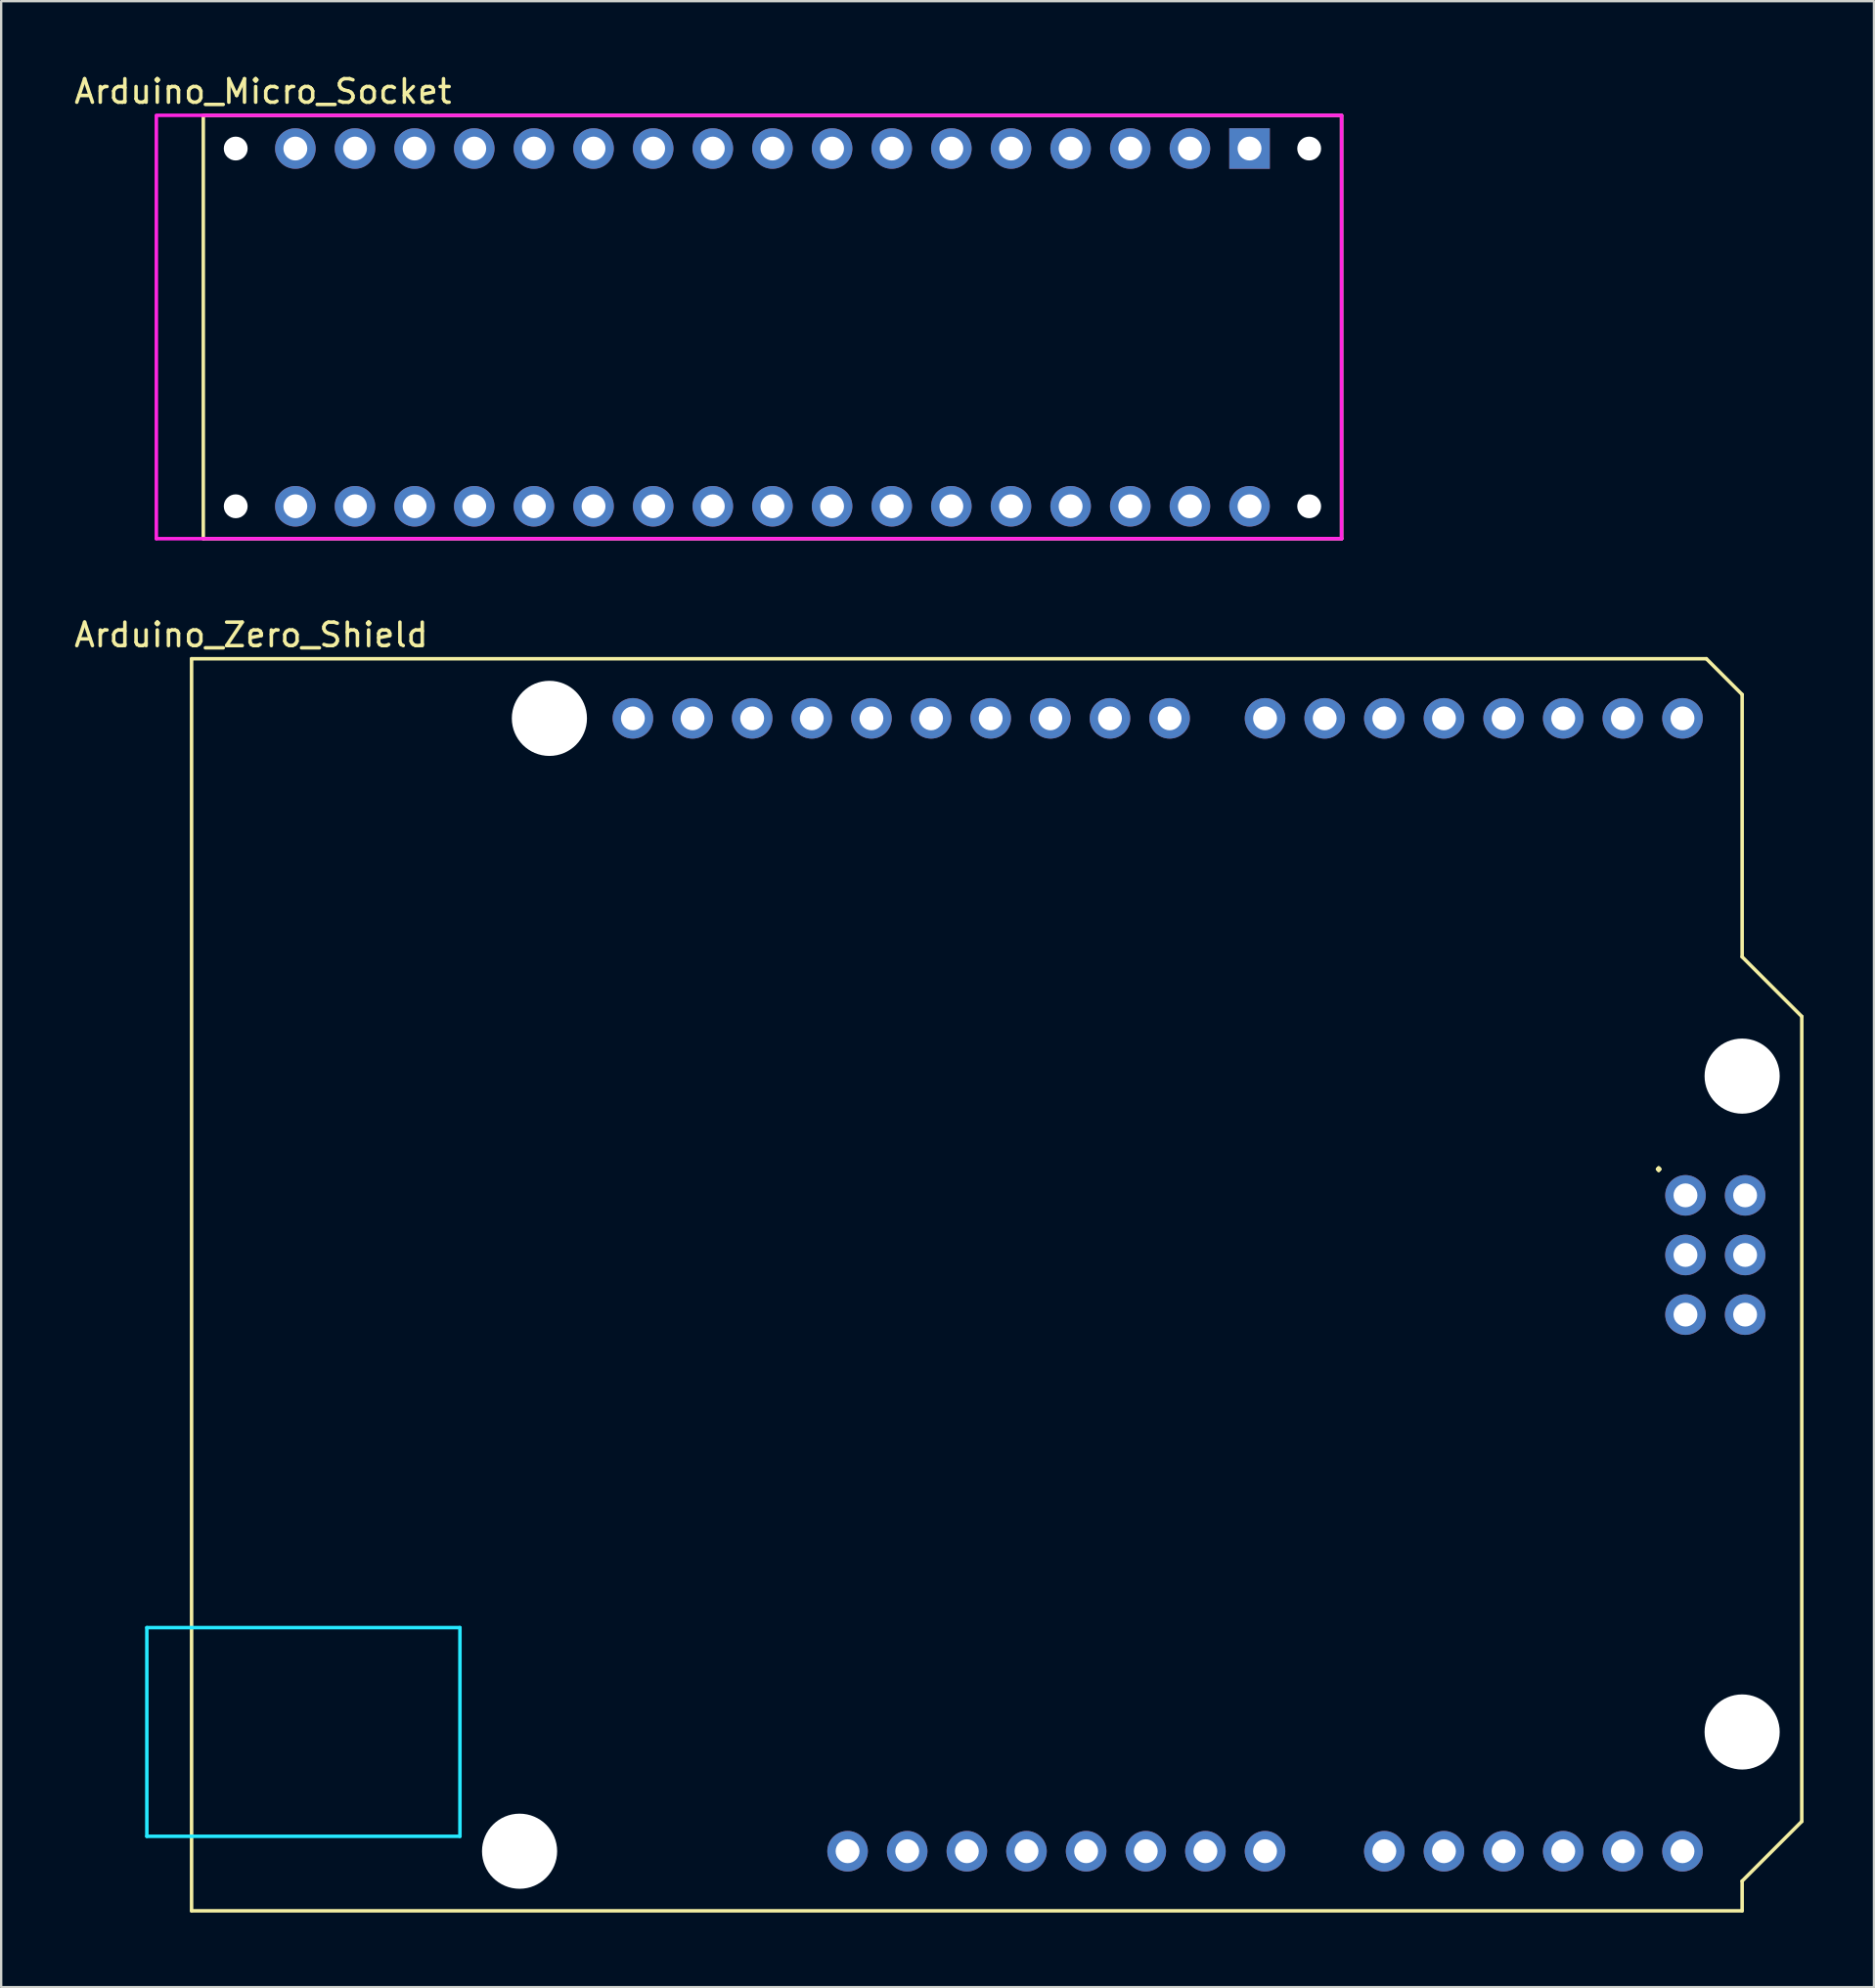
<source format=kicad_pcb>
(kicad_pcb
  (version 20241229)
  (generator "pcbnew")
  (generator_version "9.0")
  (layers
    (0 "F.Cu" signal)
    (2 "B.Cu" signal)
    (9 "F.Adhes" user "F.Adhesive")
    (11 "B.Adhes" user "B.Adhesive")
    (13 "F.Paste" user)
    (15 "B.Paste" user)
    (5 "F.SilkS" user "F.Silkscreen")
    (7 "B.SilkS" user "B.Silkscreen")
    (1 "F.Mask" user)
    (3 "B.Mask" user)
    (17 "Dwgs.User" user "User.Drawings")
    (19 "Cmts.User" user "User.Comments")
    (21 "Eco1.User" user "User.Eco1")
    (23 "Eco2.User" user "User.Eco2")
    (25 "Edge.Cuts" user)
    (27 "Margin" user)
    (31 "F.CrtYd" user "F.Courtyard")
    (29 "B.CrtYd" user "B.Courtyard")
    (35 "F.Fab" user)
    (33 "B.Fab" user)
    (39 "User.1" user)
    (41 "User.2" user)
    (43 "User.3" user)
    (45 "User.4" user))
  (footprint "Arduino_Micro_Socket"
    (layer "F.Cu")
    (at 5.609 19.898)
    (property "Reference" "Arduino_Micro_Socket" (at 2.54 -19.05 0) (layer "F.SilkS") (effects (font (size 1 1) (thickness 0.15))))
    (attr through_hole)
    (fp_line (start 0 -18.034) (end 48.48 -18.034) (stroke (width 0.15) (type solid)) (layer "F.SilkS"))
    (fp_line (start 0 -18) (end 0 0) (stroke (width 0.15) (type solid)) (layer "F.SilkS"))
    (fp_line (start 0 0) (end 48.48 0) (stroke (width 0.15) (type solid)) (layer "F.SilkS"))
    (fp_line (start 48.48 -18) (end 48.48 0) (stroke (width 0.15) (type solid)) (layer "F.SilkS"))
    (fp_line (start -2 -18) (end -2 0) (stroke (width 0.15) (type solid)) (layer "F.CrtYd"))
    (fp_line (start 48.48 -18.034) (end -2 -18.034) (stroke (width 0.15) (type solid)) (layer "F.CrtYd"))
    (fp_line (start 48.48 -18) (end 48.48 0) (stroke (width 0.15) (type solid)) (layer "F.CrtYd"))
    (fp_line (start 48.48 0) (end -2 0) (stroke (width 0.15) (type solid)) (layer "F.CrtYd"))
    (pad "" np_thru_hole circle (at 1.38 -16.62) (size 1.016 1.016) (drill 1.016) (layers "*.Cu" "*.Mask"))
    (pad "" np_thru_hole circle (at 1.38 -1.38) (size 1.016 1.016) (drill 1.016) (layers "*.Cu" "*.Mask"))
    (pad "" thru_hole oval (at 26.78 -1.38) (size 1.727 1.727) (drill 1.016) (layers "*.Cu" "*.Mask"))
    (pad "" thru_hole oval (at 29.32 -1.38) (size 1.727 1.727) (drill 1.016) (layers "*.Cu" "*.Mask"))
    (pad "" np_thru_hole circle (at 47.1 -16.62) (size 1.016 1.016) (drill 1.016) (layers "*.Cu" "*.Mask"))
    (pad "" np_thru_hole circle (at 47.1 -1.38) (size 1.016 1.016) (drill 1.016) (layers "*.Cu" "*.Mask"))
    (pad "3.3V" thru_hole oval (at 6.46 -1.38) (size 1.727 1.727) (drill 1.016) (layers "*.Cu" "*.Mask"))
    (pad "5V" thru_hole oval (at 31.86 -1.38) (size 1.727 1.727) (drill 1.016) (layers "*.Cu" "*.Mask"))
    (pad "A0" thru_hole oval (at 11.54 -1.38) (size 1.727 1.727) (drill 1.016) (layers "*.Cu" "*.Mask"))
    (pad "A1" thru_hole oval (at 14.08 -1.38) (size 1.727 1.727) (drill 1.016) (layers "*.Cu" "*.Mask"))
    (pad "A2" thru_hole oval (at 16.62 -1.38) (size 1.727 1.727) (drill 1.016) (layers "*.Cu" "*.Mask"))
    (pad "A3" thru_hole oval (at 19.16 -1.38) (size 1.727 1.727) (drill 1.016) (layers "*.Cu" "*.Mask"))
    (pad "A4" thru_hole oval (at 21.7 -1.38) (size 1.727 1.727) (drill 1.016) (layers "*.Cu" "*.Mask"))
    (pad "A5" thru_hole oval (at 24.24 -1.38) (size 1.727 1.727) (drill 1.016) (layers "*.Cu" "*.Mask"))
    (pad "AREF" thru_hole oval (at 9 -1.38) (size 1.727 1.727) (drill 1.016) (layers "*.Cu" "*.Mask"))
    (pad "D0" thru_hole oval (at 36.94 -16.62) (size 1.727 1.727) (drill 1.016) (layers "*.Cu" "*.Mask"))
    (pad "D1" thru_hole oval (at 39.48 -16.62) (size 1.727 1.727) (drill 1.016) (layers "*.Cu" "*.Mask"))
    (pad "D2" thru_hole oval (at 29.32 -16.62) (size 1.727 1.727) (drill 1.016) (layers "*.Cu" "*.Mask"))
    (pad "D3" thru_hole oval (at 26.78 -16.62) (size 1.727 1.727) (drill 1.016) (layers "*.Cu" "*.Mask"))
    (pad "D4" thru_hole oval (at 24.24 -16.62) (size 1.727 1.727) (drill 1.016) (layers "*.Cu" "*.Mask"))
    (pad "D5" thru_hole oval (at 21.7 -16.62) (size 1.727 1.727) (drill 1.016) (layers "*.Cu" "*.Mask"))
    (pad "D6" thru_hole oval (at 19.16 -16.62) (size 1.727 1.727) (drill 1.016) (layers "*.Cu" "*.Mask"))
    (pad "D7" thru_hole oval (at 16.62 -16.62) (size 1.727 1.727) (drill 1.016) (layers "*.Cu" "*.Mask"))
    (pad "D8" thru_hole oval (at 14.08 -16.62) (size 1.727 1.727) (drill 1.016) (layers "*.Cu" "*.Mask"))
    (pad "D9" thru_hole oval (at 11.54 -16.62) (size 1.727 1.727) (drill 1.016) (layers "*.Cu" "*.Mask"))
    (pad "D10" thru_hole oval (at 9 -16.62) (size 1.727 1.727) (drill 1.016) (layers "*.Cu" "*.Mask"))
    (pad "D11" thru_hole oval (at 6.46 -16.62) (size 1.727 1.727) (drill 1.016) (layers "*.Cu" "*.Mask"))
    (pad "D12" thru_hole oval (at 3.92 -16.62) (size 1.727 1.727) (drill 1.016) (layers "*.Cu" "*.Mask"))
    (pad "D13" thru_hole oval (at 3.92 -1.38) (size 1.727 1.727) (drill 1.016) (layers "*.Cu" "*.Mask"))
    (pad "GND1" thru_hole oval (at 36.94 -1.38) (size 1.727 1.727) (drill 1.016) (layers "*.Cu" "*.Mask"))
    (pad "GND2" thru_hole oval (at 31.86 -16.62) (size 1.727 1.727) (drill 1.016) (layers "*.Cu" "*.Mask"))
    (pad "MISO" thru_hole oval (at 42.02 -1.38) (size 1.727 1.727) (drill 1.016) (layers "*.Cu" "*.Mask"))
    (pad "MOSI" thru_hole rect (at 44.56 -16.62) (size 1.727 1.727) (drill 1.016) (layers "*.Cu" "*.Mask"))
    (pad "RST1" thru_hole oval (at 34.4 -1.38) (size 1.727 1.727) (drill 1.016) (layers "*.Cu" "*.Mask"))
    (pad "RST2" thru_hole oval (at 34.4 -16.62) (size 1.727 1.727) (drill 1.016) (layers "*.Cu" "*.Mask"))
    (pad "SCK" thru_hole oval (at 44.56 -1.38) (size 1.727 1.727) (drill 1.016) (layers "*.Cu" "*.Mask"))
    (pad "SS" thru_hole oval (at 42.02 -16.62) (size 1.727 1.727) (drill 1.016) (layers "*.Cu" "*.Mask"))
    (pad "VIN" thru_hole oval (at 39.48 -1.38) (size 1.727 1.727) (drill 1.016) (layers "*.Cu" "*.Mask")))
  (footprint "Arduino_Zero_Shield"
    (layer "F.Cu")
    (at 5.109 78.353)
    (property "Reference" "Arduino_Zero_Shield" (at 2.54 -54.356 0) (layer "F.SilkS") (effects (font (size 1 1) (thickness 0.15))))
    (attr through_hole)
    (fp_line (start 0 -53.34) (end 0 0) (stroke (width 0.15) (type solid)) (layer "F.SilkS"))
    (fp_line (start 0 -53.34) (end 64.516 -53.34) (stroke (width 0.15) (type solid)) (layer "F.SilkS"))
    (fp_line (start 0 0) (end 66.04 0) (stroke (width 0.15) (type solid)) (layer "F.SilkS"))
    (fp_line (start 64.516 -53.34) (end 66.04 -51.816) (stroke (width 0.15) (type solid)) (layer "F.SilkS"))
    (fp_line (start 66.04 -40.64) (end 66.04 -51.816) (stroke (width 0.15) (type solid)) (layer "F.SilkS"))
    (fp_line (start 66.04 -1.27) (end 68.58 -3.81) (stroke (width 0.15) (type solid)) (layer "F.SilkS"))
    (fp_line (start 66.04 0) (end 66.04 -1.27) (stroke (width 0.15) (type solid)) (layer "F.SilkS"))
    (fp_line (start 68.58 -38.1) (end 66.04 -40.64) (stroke (width 0.15) (type solid)) (layer "F.SilkS"))
    (fp_line (start 68.58 -3.81) (end 68.58 -38.1) (stroke (width 0.15) (type solid)) (layer "F.SilkS"))
    (fp_line (start -1.905 -12.065) (end -1.905 -3.175) (stroke (width 0.15) (type solid)) (layer "B.CrtYd"))
    (fp_line (start -1.905 -12.065) (end 11.43 -12.065) (stroke (width 0.15) (type solid)) (layer "B.CrtYd"))
    (fp_line (start -1.905 -3.175) (end 11.43 -3.175) (stroke (width 0.15) (type solid)) (layer "B.CrtYd"))
    (fp_line (start 11.43 -12.065) (end 11.43 -3.175) (stroke (width 0.15) (type solid)) (layer "B.CrtYd"))
    (fp_text user "." (at 62.484 -32.004 0) (layer "F.SilkS") (effects (font (size 1 1) (thickness 0.15))))
    (pad "" np_thru_hole circle (at 13.97 -2.54) (size 3.2 3.2) (drill 3.2) (layers "*.Cu" "*.Mask"))
    (pad "" np_thru_hole circle (at 15.24 -50.8) (size 3.2 3.2) (drill 3.2) (layers "*.Cu" "*.Mask"))
    (pad "" np_thru_hole circle (at 66.04 -35.56) (size 3.2 3.2) (drill 3.2) (layers "*.Cu" "*.Mask"))
    (pad "" np_thru_hole circle (at 66.04 -7.62) (size 3.2 3.2) (drill 3.2) (layers "*.Cu" "*.Mask"))
    (pad "3.3V" thru_hole oval (at 35.56 -2.54) (size 1.727 1.727) (drill 1.016) (layers "*.Cu" "*.Mask"))
    (pad "5V1" thru_hole oval (at 38.1 -2.54) (size 1.727 1.727) (drill 1.016) (layers "*.Cu" "*.Mask"))
    (pad "5V2" thru_hole oval (at 66.167 -30.48) (size 1.727 1.727) (drill 1.016) (layers "*.Cu" "*.Mask"))
    (pad "A0" thru_hole oval (at 50.8 -2.54) (size 1.727 1.727) (drill 1.016) (layers "*.Cu" "*.Mask"))
    (pad "A1" thru_hole oval (at 53.34 -2.54) (size 1.727 1.727) (drill 1.016) (layers "*.Cu" "*.Mask"))
    (pad "A2" thru_hole oval (at 55.88 -2.54) (size 1.727 1.727) (drill 1.016) (layers "*.Cu" "*.Mask"))
    (pad "A3" thru_hole oval (at 58.42 -2.54) (size 1.727 1.727) (drill 1.016) (layers "*.Cu" "*.Mask"))
    (pad "A4" thru_hole oval (at 60.96 -2.54) (size 1.727 1.727) (drill 1.016) (layers "*.Cu" "*.Mask"))
    (pad "A5" thru_hole oval (at 63.5 -2.54) (size 1.727 1.727) (drill 1.016) (layers "*.Cu" "*.Mask"))
    (pad "AREF" thru_hole oval (at 23.876 -50.8) (size 1.727 1.727) (drill 1.016) (layers "*.Cu" "*.Mask"))
    (pad "ATN" thru_hole oval (at 27.94 -2.54) (size 1.727 1.727) (drill 1.016) (layers "*.Cu" "*.Mask"))
    (pad "D0" thru_hole oval (at 63.5 -50.8) (size 1.727 1.727) (drill 1.016) (layers "*.Cu" "*.Mask"))
    (pad "D1" thru_hole oval (at 60.96 -50.8) (size 1.727 1.727) (drill 1.016) (layers "*.Cu" "*.Mask"))
    (pad "D2" thru_hole oval (at 58.42 -50.8) (size 1.727 1.727) (drill 1.016) (layers "*.Cu" "*.Mask"))
    (pad "D3" thru_hole oval (at 55.88 -50.8) (size 1.727 1.727) (drill 1.016) (layers "*.Cu" "*.Mask"))
    (pad "D4" thru_hole oval (at 53.34 -50.8) (size 1.727 1.727) (drill 1.016) (layers "*.Cu" "*.Mask"))
    (pad "D5" thru_hole oval (at 50.8 -50.8) (size 1.727 1.727) (drill 1.016) (layers "*.Cu" "*.Mask"))
    (pad "D6" thru_hole oval (at 48.26 -50.8) (size 1.727 1.727) (drill 1.016) (layers "*.Cu" "*.Mask"))
    (pad "D7" thru_hole oval (at 45.72 -50.8) (size 1.727 1.727) (drill 1.016) (layers "*.Cu" "*.Mask"))
    (pad "D8" thru_hole oval (at 41.656 -50.8) (size 1.727 1.727) (drill 1.016) (layers "*.Cu" "*.Mask"))
    (pad "D9" thru_hole oval (at 39.116 -50.8) (size 1.727 1.727) (drill 1.016) (layers "*.Cu" "*.Mask"))
    (pad "D10" thru_hole oval (at 36.576 -50.8) (size 1.727 1.727) (drill 1.016) (layers "*.Cu" "*.Mask"))
    (pad "D11" thru_hole oval (at 34.036 -50.8) (size 1.727 1.727) (drill 1.016) (layers "*.Cu" "*.Mask"))
    (pad "D12" thru_hole oval (at 31.496 -50.8) (size 1.727 1.727) (drill 1.016) (layers "*.Cu" "*.Mask"))
    (pad "D13" thru_hole oval (at 28.956 -50.8) (size 1.727 1.727) (drill 1.016) (layers "*.Cu" "*.Mask"))
    (pad "GND1" thru_hole oval (at 26.416 -50.8) (size 1.727 1.727) (drill 1.016) (layers "*.Cu" "*.Mask"))
    (pad "GND2" thru_hole oval (at 40.64 -2.54) (size 1.727 1.727) (drill 1.016) (layers "*.Cu" "*.Mask"))
    (pad "GND3" thru_hole oval (at 43.18 -2.54) (size 1.727 1.727) (drill 1.016) (layers "*.Cu" "*.Mask"))
    (pad "GND4" thru_hole oval (at 66.167 -25.4) (size 1.727 1.727) (drill 1.016) (layers "*.Cu" "*.Mask"))
    (pad "IORF" thru_hole oval (at 30.48 -2.54) (size 1.727 1.727) (drill 1.016) (layers "*.Cu" "*.Mask"))
    (pad "MISO" thru_hole oval (at 63.627 -30.48) (size 1.727 1.727) (drill 1.016) (layers "*.Cu" "*.Mask"))
    (pad "MOSI" thru_hole oval (at 66.167 -27.94) (size 1.727 1.727) (drill 1.016) (layers "*.Cu" "*.Mask"))
    (pad "RST1" thru_hole oval (at 33.02 -2.54) (size 1.727 1.727) (drill 1.016) (layers "*.Cu" "*.Mask"))
    (pad "RST2" thru_hole oval (at 63.627 -25.4) (size 1.727 1.727) (drill 1.016) (layers "*.Cu" "*.Mask"))
    (pad "SCK" thru_hole oval (at 63.627 -27.94) (size 1.727 1.727) (drill 1.016) (layers "*.Cu" "*.Mask"))
    (pad "SCL" thru_hole oval (at 18.796 -50.8) (size 1.727 1.727) (drill 1.016) (layers "*.Cu" "*.Mask"))
    (pad "SDA" thru_hole oval (at 21.336 -50.8) (size 1.727 1.727) (drill 1.016) (layers "*.Cu" "*.Mask"))
    (pad "VIN" thru_hole oval (at 45.72 -2.54) (size 1.727 1.727) (drill 1.016) (layers "*.Cu" "*.Mask")))
  (gr_rect
    (start -3 -3)
    (end 76.764 81.603)
    (stroke (width 0.1) (type default))
    (fill no)
    (layer "Edge.Cuts")))
</source>
